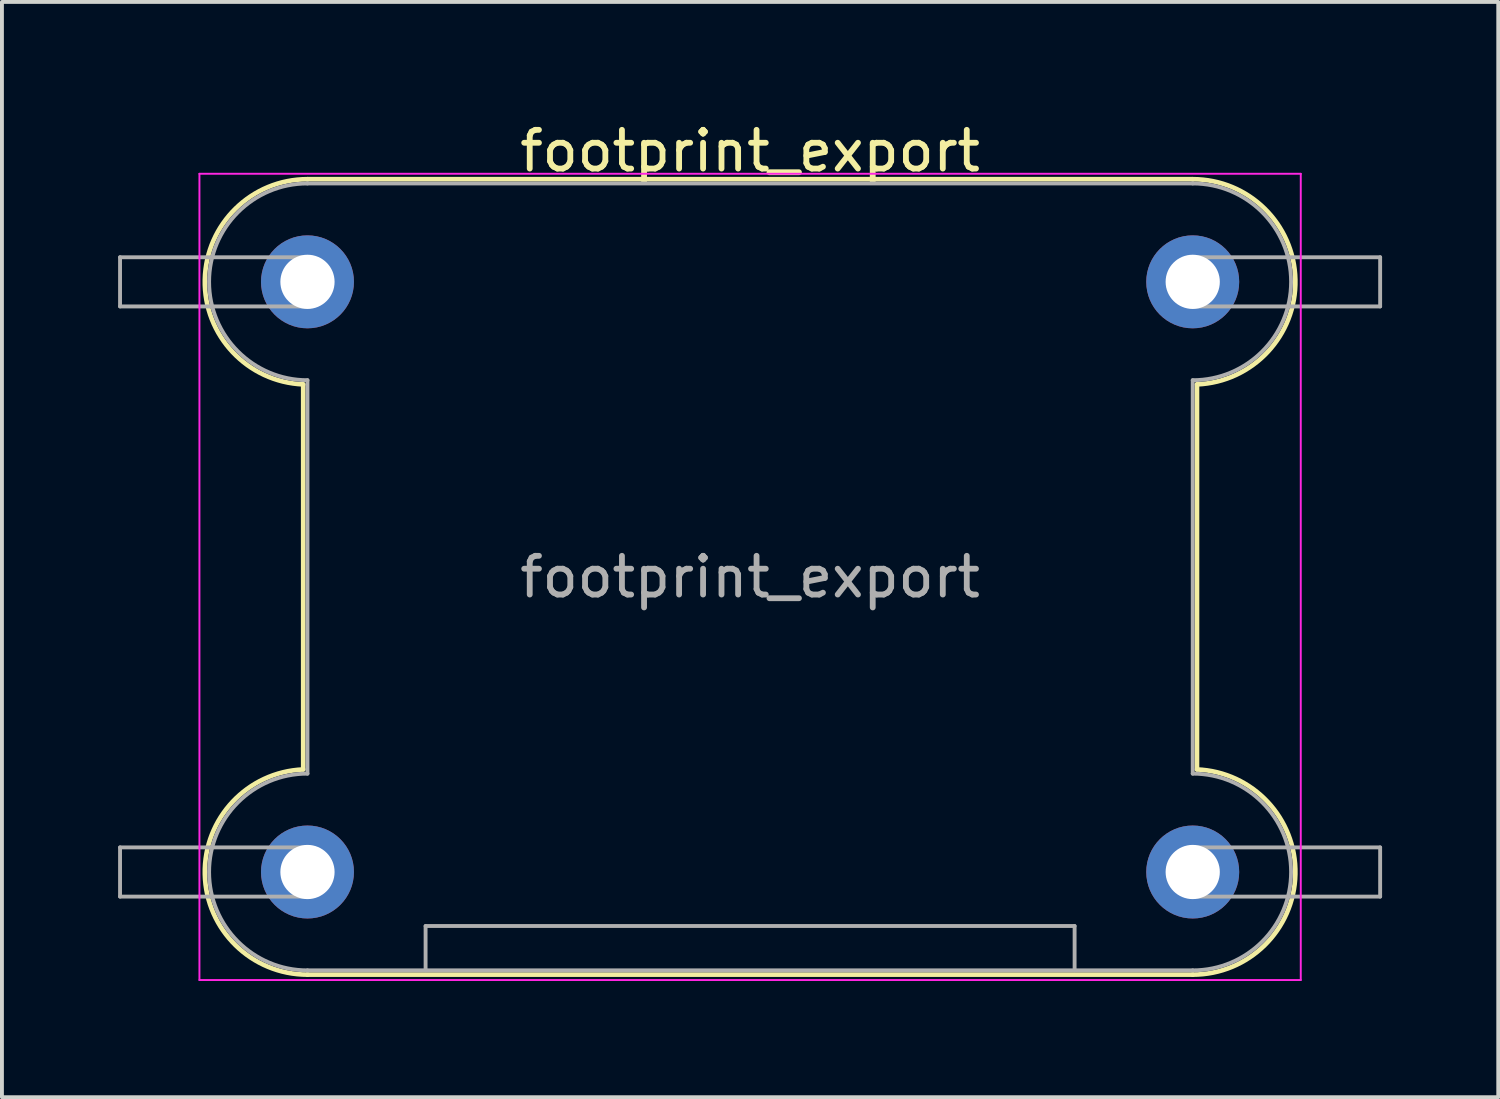
<source format=kicad_pcb>
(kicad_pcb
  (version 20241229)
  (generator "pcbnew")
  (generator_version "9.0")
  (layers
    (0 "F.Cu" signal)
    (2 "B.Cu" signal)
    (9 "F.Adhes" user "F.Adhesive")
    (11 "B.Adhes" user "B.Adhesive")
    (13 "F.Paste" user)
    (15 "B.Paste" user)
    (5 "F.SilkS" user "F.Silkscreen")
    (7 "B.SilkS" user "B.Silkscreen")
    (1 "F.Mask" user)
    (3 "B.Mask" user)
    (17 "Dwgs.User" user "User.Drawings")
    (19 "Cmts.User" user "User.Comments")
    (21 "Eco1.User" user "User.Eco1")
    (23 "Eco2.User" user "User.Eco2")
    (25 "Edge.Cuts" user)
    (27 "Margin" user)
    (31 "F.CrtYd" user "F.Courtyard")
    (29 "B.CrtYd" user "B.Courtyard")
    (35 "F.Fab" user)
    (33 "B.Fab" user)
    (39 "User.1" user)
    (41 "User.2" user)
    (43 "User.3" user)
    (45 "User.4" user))
  (footprint "footprint_export"
    (layer "F.Cu")
    (at 4.89 19.468)
    (property "Reference" "footprint_export" (at 11.43 -18.62 0) (layer "F.SilkS") (effects (font (size 1 1) (thickness 0.15))))
    (attr through_hole)
    (fp_line (start -0.11 -2.65) (end -0.11 -12.59) (stroke (width 0.12) (type solid)) (layer "F.SilkS"))
    (fp_line (start 0 -17.89) (end 22.86 -17.89) (stroke (width 0.12) (type solid)) (layer "F.SilkS"))
    (fp_line (start 0 2.65) (end 22.86 2.65) (stroke (width 0.12) (type solid)) (layer "F.SilkS"))
    (fp_line (start 22.97 -2.65) (end 22.97 -12.59) (stroke (width 0.12) (type solid)) (layer "F.SilkS"))
    (fp_arc (start -0.11097 -12.592325) (mid -2.649418 -15.295497) (end 0 -17.89) (stroke (width 0.12) (type solid)) (layer "F.SilkS"))
    (fp_arc (start 0 2.65) (mid -2.649419 0.055497) (end -0.11097 -2.647675) (stroke (width 0.12) (type solid)) (layer "F.SilkS"))
    (fp_arc (start 22.86 -17.89) (mid 25.509419 -15.295497) (end 22.97097 -12.592325) (stroke (width 0.12) (type solid)) (layer "F.SilkS"))
    (fp_arc (start 22.97097 -2.647675) (mid 25.509418 0.055497) (end 22.86 2.65) (stroke (width 0.12) (type solid)) (layer "F.SilkS"))
    (fp_line (start -2.79 -18.03) (end 25.65 -18.03) (stroke (width 0.05) (type solid)) (layer "F.CrtYd"))
    (fp_line (start -2.79 2.79) (end -2.79 -18.03) (stroke (width 0.05) (type solid)) (layer "F.CrtYd"))
    (fp_line (start -2.79 2.79) (end 25.65 2.79) (stroke (width 0.05) (type solid)) (layer "F.CrtYd"))
    (fp_line (start 25.65 2.79) (end 25.65 -18.03) (stroke (width 0.05) (type solid)) (layer "F.CrtYd"))
    (fp_line (start -4.84 -15.875) (end 0 -15.875) (stroke (width 0.1) (type solid)) (layer "F.Fab"))
    (fp_line (start -4.84 -14.605) (end -4.84 -15.875) (stroke (width 0.1) (type solid)) (layer "F.Fab"))
    (fp_line (start -4.84 -0.635) (end 0 -0.635) (stroke (width 0.1) (type solid)) (layer "F.Fab"))
    (fp_line (start -4.84 0.635) (end -4.84 -0.635) (stroke (width 0.1) (type solid)) (layer "F.Fab"))
    (fp_line (start 0 -17.78) (end 22.86 -17.78) (stroke (width 0.1) (type solid)) (layer "F.Fab"))
    (fp_line (start 0 -14.605) (end -4.84 -14.605) (stroke (width 0.1) (type solid)) (layer "F.Fab"))
    (fp_line (start 0 -2.54) (end 0 -12.7) (stroke (width 0.1) (type solid)) (layer "F.Fab"))
    (fp_line (start 0 0.635) (end -4.84 0.635) (stroke (width 0.1) (type solid)) (layer "F.Fab"))
    (fp_line (start 0 2.54) (end 22.86 2.54) (stroke (width 0.1) (type solid)) (layer "F.Fab"))
    (fp_line (start 3.05 1.395) (end 3.05 2.54) (stroke (width 0.1) (type solid)) (layer "F.Fab"))
    (fp_line (start 3.05 1.395) (end 19.81 1.395) (stroke (width 0.1) (type solid)) (layer "F.Fab"))
    (fp_line (start 19.81 1.395) (end 19.81 2.54) (stroke (width 0.1) (type solid)) (layer "F.Fab"))
    (fp_line (start 22.86 -15.875) (end 27.7 -15.875) (stroke (width 0.1) (type solid)) (layer "F.Fab"))
    (fp_line (start 22.86 -2.54) (end 22.86 -12.7) (stroke (width 0.1) (type solid)) (layer "F.Fab"))
    (fp_line (start 22.86 -0.635) (end 27.7 -0.635) (stroke (width 0.1) (type solid)) (layer "F.Fab"))
    (fp_line (start 27.7 -15.875) (end 27.7 -14.605) (stroke (width 0.1) (type solid)) (layer "F.Fab"))
    (fp_line (start 27.7 -14.605) (end 22.86 -14.605) (stroke (width 0.1) (type solid)) (layer "F.Fab"))
    (fp_line (start 27.7 -0.635) (end 27.7 0.635) (stroke (width 0.1) (type solid)) (layer "F.Fab"))
    (fp_line (start 27.7 0.635) (end 22.86 0.635) (stroke (width 0.1) (type solid)) (layer "F.Fab"))
    (fp_arc (start 0 -15.875) (mid 0.635 -15.24) (end 0 -14.605) (stroke (width 0.1) (type solid)) (layer "F.Fab"))
    (fp_arc (start 0 -12.7) (mid -2.54 -15.24) (end 0 -17.78) (stroke (width 0.1) (type solid)) (layer "F.Fab"))
    (fp_arc (start 0 -0.635) (mid 0.635 0) (end 0 0.635) (stroke (width 0.1) (type solid)) (layer "F.Fab"))
    (fp_arc (start 0 2.54) (mid -2.54 0) (end 0 -2.54) (stroke (width 0.1) (type solid)) (layer "F.Fab"))
    (fp_arc (start 22.86 -17.78) (mid 25.4 -15.24) (end 22.86 -12.7) (stroke (width 0.1) (type solid)) (layer "F.Fab"))
    (fp_arc (start 22.86 -14.605) (mid 22.225 -15.24) (end 22.86 -15.875) (stroke (width 0.1) (type solid)) (layer "F.Fab"))
    (fp_arc (start 22.86 -2.54) (mid 25.4 0) (end 22.86 2.54) (stroke (width 0.1) (type solid)) (layer "F.Fab"))
    (fp_arc (start 22.86 0.635) (mid 22.225 0) (end 22.86 -0.635) (stroke (width 0.1) (type solid)) (layer "F.Fab"))
    (fp_text user "${REFERENCE}" (at 11.43 -7.62 0) (layer "F.Fab") (effects (font (size 1 1) (thickness 0.15))))
    (pad "1" thru_hole circle (at 0 0) (size 2.4 2.4) (drill 1.4) (layers "*.Cu" "*.Mask"))
    (pad "2" thru_hole circle (at 22.86 -15.24) (size 2.4 2.4) (drill 1.4) (layers "*.Cu" "*.Mask"))
    (pad "3" thru_hole circle (at 0 -15.24) (size 2.4 2.4) (drill 1.4) (layers "*.Cu" "*.Mask"))
    (pad "4" thru_hole circle (at 22.86 0) (size 2.4 2.4) (drill 1.4) (layers "*.Cu" "*.Mask")))
  (gr_rect
    (start -3 -3)
    (end 35.64 25.283)
    (stroke (width 0.1) (type default))
    (fill no)
    (layer "Edge.Cuts")))
</source>
